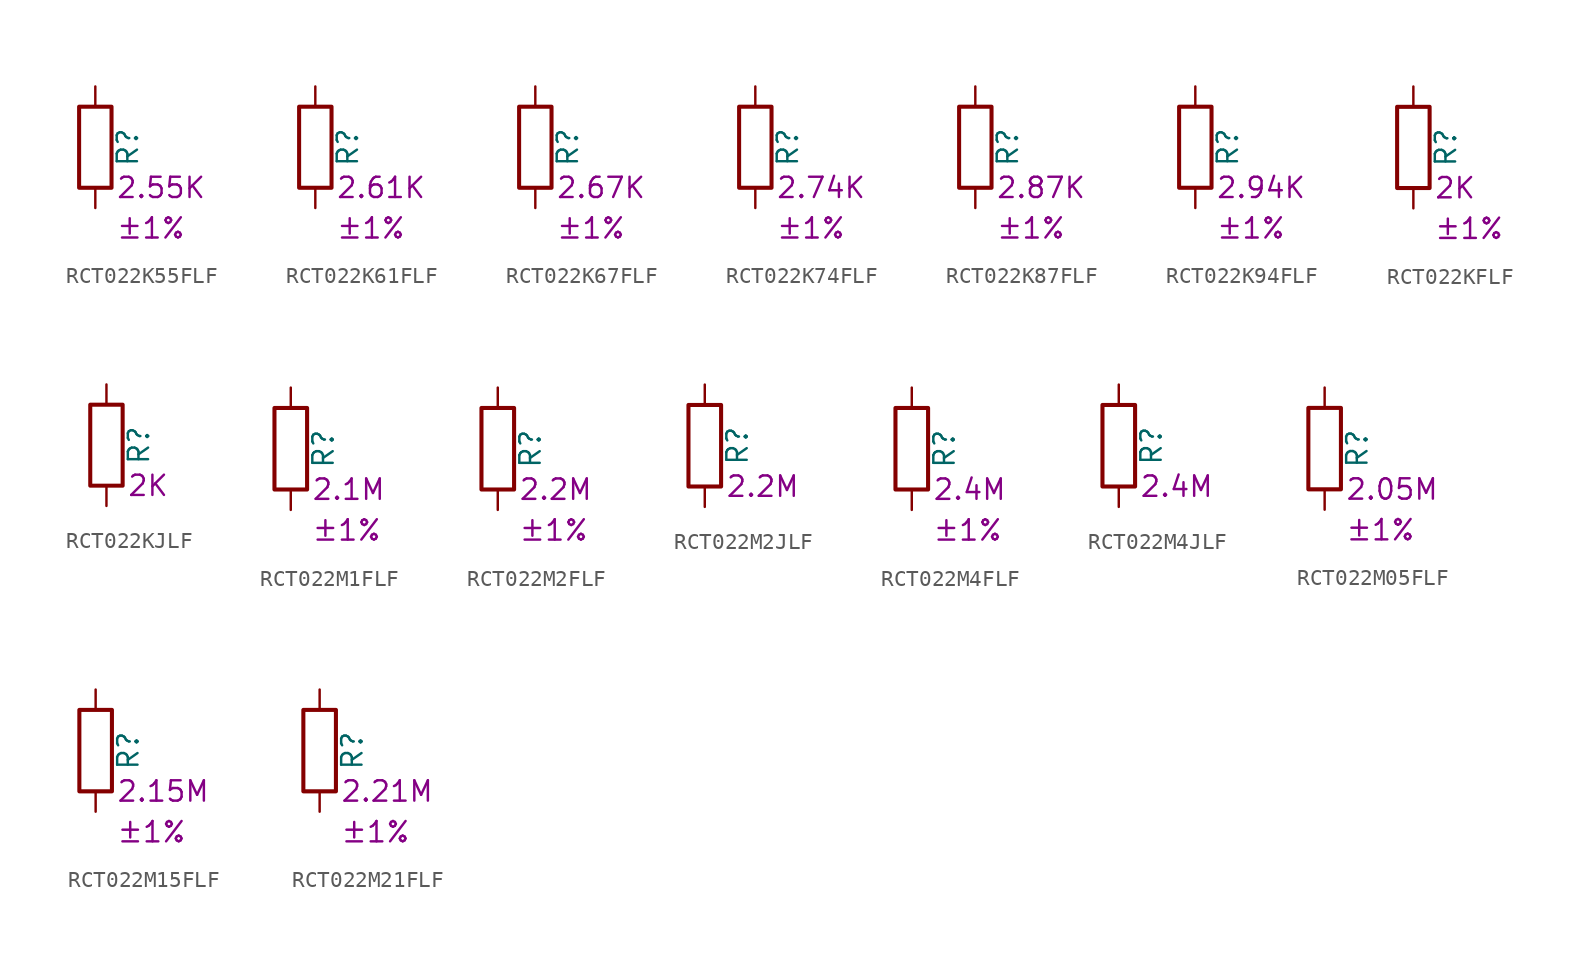
<source format=kicad_sym>
(kicad_symbol_lib
  (version 20220914)
  (generator kicad_symbol_editor)
  (symbol "RCT022K55FLF"
    (pin_numbers hide)
    (pin_names
      (offset 0))
    (property "Reference" "R"
      (at 2.032 0 90)
      (effects (font (size 1.27 1.27))))
    (property "Resistance" "2.55K"
      (at 1.27 -2.54 0)
      (effects (font (size 1.27 1.27)) (justify left)))
    (property "Tolerance" "±1%"
      (at 1.27 -5.08 0)
      (effects (font (size 1.27 1.27)) (justify left)))
    (symbol "RCT022K55FLF_0_1"
      (rectangle (start -1.016 -2.54) (end 1.016 2.54) (stroke (width 0.254) (type default)) (fill (type none))))
    (symbol "RCT022K55FLF_1_1"
      (pin passive line (at 0 3.81 270) (length 1.27) (name "~" (effects (font (size 1.27 1.27)))) (number "1" (effects (font (size 1.27 1.27)))))
      (pin passive line (at 0 -3.81 90) (length 1.27) (name "~" (effects (font (size 1.27 1.27)))) (number "2" (effects (font (size 1.27 1.27)))))))
  (symbol "RCT022K61FLF"
    (pin_numbers hide)
    (pin_names
      (offset 0))
    (property "Reference" "R"
      (at 2.032 0 90)
      (effects (font (size 1.27 1.27))))
    (property "Resistance" "2.61K"
      (at 1.27 -2.54 0)
      (effects (font (size 1.27 1.27)) (justify left)))
    (property "Tolerance" "±1%"
      (at 1.27 -5.08 0)
      (effects (font (size 1.27 1.27)) (justify left)))
    (symbol "RCT022K61FLF_0_1"
      (rectangle (start -1.016 -2.54) (end 1.016 2.54) (stroke (width 0.254) (type default)) (fill (type none))))
    (symbol "RCT022K61FLF_1_1"
      (pin passive line (at 0 3.81 270) (length 1.27) (name "~" (effects (font (size 1.27 1.27)))) (number "1" (effects (font (size 1.27 1.27)))))
      (pin passive line (at 0 -3.81 90) (length 1.27) (name "~" (effects (font (size 1.27 1.27)))) (number "2" (effects (font (size 1.27 1.27)))))))
  (symbol "RCT022K67FLF"
    (pin_numbers hide)
    (pin_names
      (offset 0))
    (property "Reference" "R"
      (at 2.032 0 90)
      (effects (font (size 1.27 1.27))))
    (property "Resistance" "2.67K"
      (at 1.27 -2.54 0)
      (effects (font (size 1.27 1.27)) (justify left)))
    (property "Tolerance" "±1%"
      (at 1.27 -5.08 0)
      (effects (font (size 1.27 1.27)) (justify left)))
    (symbol "RCT022K67FLF_0_1"
      (rectangle (start -1.016 -2.54) (end 1.016 2.54) (stroke (width 0.254) (type default)) (fill (type none))))
    (symbol "RCT022K67FLF_1_1"
      (pin passive line (at 0 3.81 270) (length 1.27) (name "~" (effects (font (size 1.27 1.27)))) (number "1" (effects (font (size 1.27 1.27)))))
      (pin passive line (at 0 -3.81 90) (length 1.27) (name "~" (effects (font (size 1.27 1.27)))) (number "2" (effects (font (size 1.27 1.27)))))))
  (symbol "RCT022K74FLF"
    (pin_numbers hide)
    (pin_names
      (offset 0))
    (property "Reference" "R"
      (at 2.032 0 90)
      (effects (font (size 1.27 1.27))))
    (property "Resistance" "2.74K"
      (at 1.27 -2.54 0)
      (effects (font (size 1.27 1.27)) (justify left)))
    (property "Tolerance" "±1%"
      (at 1.27 -5.08 0)
      (effects (font (size 1.27 1.27)) (justify left)))
    (symbol "RCT022K74FLF_0_1"
      (rectangle (start -1.016 -2.54) (end 1.016 2.54) (stroke (width 0.254) (type default)) (fill (type none))))
    (symbol "RCT022K74FLF_1_1"
      (pin passive line (at 0 3.81 270) (length 1.27) (name "~" (effects (font (size 1.27 1.27)))) (number "1" (effects (font (size 1.27 1.27)))))
      (pin passive line (at 0 -3.81 90) (length 1.27) (name "~" (effects (font (size 1.27 1.27)))) (number "2" (effects (font (size 1.27 1.27)))))))
  (symbol "RCT022K87FLF"
    (pin_numbers hide)
    (pin_names
      (offset 0))
    (property "Reference" "R"
      (at 2.032 0 90)
      (effects (font (size 1.27 1.27))))
    (property "Resistance" "2.87K"
      (at 1.27 -2.54 0)
      (effects (font (size 1.27 1.27)) (justify left)))
    (property "Tolerance" "±1%"
      (at 1.27 -5.08 0)
      (effects (font (size 1.27 1.27)) (justify left)))
    (symbol "RCT022K87FLF_0_1"
      (rectangle (start -1.016 -2.54) (end 1.016 2.54) (stroke (width 0.254) (type default)) (fill (type none))))
    (symbol "RCT022K87FLF_1_1"
      (pin passive line (at 0 3.81 270) (length 1.27) (name "~" (effects (font (size 1.27 1.27)))) (number "1" (effects (font (size 1.27 1.27)))))
      (pin passive line (at 0 -3.81 90) (length 1.27) (name "~" (effects (font (size 1.27 1.27)))) (number "2" (effects (font (size 1.27 1.27)))))))
  (symbol "RCT022K94FLF"
    (pin_numbers hide)
    (pin_names
      (offset 0))
    (property "Reference" "R"
      (at 2.032 0 90)
      (effects (font (size 1.27 1.27))))
    (property "Resistance" "2.94K"
      (at 1.27 -2.54 0)
      (effects (font (size 1.27 1.27)) (justify left)))
    (property "Tolerance" "±1%"
      (at 1.27 -5.08 0)
      (effects (font (size 1.27 1.27)) (justify left)))
    (symbol "RCT022K94FLF_0_1"
      (rectangle (start -1.016 -2.54) (end 1.016 2.54) (stroke (width 0.254) (type default)) (fill (type none))))
    (symbol "RCT022K94FLF_1_1"
      (pin passive line (at 0 3.81 270) (length 1.27) (name "~" (effects (font (size 1.27 1.27)))) (number "1" (effects (font (size 1.27 1.27)))))
      (pin passive line (at 0 -3.81 90) (length 1.27) (name "~" (effects (font (size 1.27 1.27)))) (number "2" (effects (font (size 1.27 1.27)))))))
  (symbol "RCT022KFLF"
    (pin_numbers hide)
    (pin_names
      (offset 0))
    (property "Reference" "R"
      (at 2.032 0 90)
      (effects (font (size 1.27 1.27))))
    (property "Resistance" "2K"
      (at 1.27 -2.54 0)
      (effects (font (size 1.27 1.27)) (justify left)))
    (property "Tolerance" "±1%"
      (at 1.27 -5.08 0)
      (effects (font (size 1.27 1.27)) (justify left)))
    (symbol "RCT022KFLF_0_1"
      (rectangle (start -1.016 -2.54) (end 1.016 2.54) (stroke (width 0.254) (type default)) (fill (type none))))
    (symbol "RCT022KFLF_1_1"
      (pin passive line (at 0 3.81 270) (length 1.27) (name "~" (effects (font (size 1.27 1.27)))) (number "1" (effects (font (size 1.27 1.27)))))
      (pin passive line (at 0 -3.81 90) (length 1.27) (name "~" (effects (font (size 1.27 1.27)))) (number "2" (effects (font (size 1.27 1.27)))))))
  (symbol "RCT022KJLF"
    (pin_numbers hide)
    (pin_names
      (offset 0))
    (property "Reference" "R"
      (at 2.032 0 90)
      (effects (font (size 1.27 1.27))))
    (property "Resistance" "2K"
      (at 1.27 -2.54 0)
      (effects (font (size 1.27 1.27)) (justify left)))
    (symbol "RCT022KJLF_0_1"
      (rectangle (start -1.016 -2.54) (end 1.016 2.54) (stroke (width 0.254) (type default)) (fill (type none))))
    (symbol "RCT022KJLF_1_1"
      (pin passive line (at 0 3.81 270) (length 1.27) (name "~" (effects (font (size 1.27 1.27)))) (number "1" (effects (font (size 1.27 1.27)))))
      (pin passive line (at 0 -3.81 90) (length 1.27) (name "~" (effects (font (size 1.27 1.27)))) (number "2" (effects (font (size 1.27 1.27)))))))
  (symbol "RCT022M1FLF"
    (pin_numbers hide)
    (pin_names
      (offset 0))
    (property "Reference" "R"
      (at 2.032 0 90)
      (effects (font (size 1.27 1.27))))
    (property "Resistance" "2.1M"
      (at 1.27 -2.54 0)
      (effects (font (size 1.27 1.27)) (justify left)))
    (property "Tolerance" "±1%"
      (at 1.27 -5.08 0)
      (effects (font (size 1.27 1.27)) (justify left)))
    (symbol "RCT022M1FLF_0_1"
      (rectangle (start -1.016 -2.54) (end 1.016 2.54) (stroke (width 0.254) (type default)) (fill (type none))))
    (symbol "RCT022M1FLF_1_1"
      (pin passive line (at 0 3.81 270) (length 1.27) (name "~" (effects (font (size 1.27 1.27)))) (number "1" (effects (font (size 1.27 1.27)))))
      (pin passive line (at 0 -3.81 90) (length 1.27) (name "~" (effects (font (size 1.27 1.27)))) (number "2" (effects (font (size 1.27 1.27)))))))
  (symbol "RCT022M2FLF"
    (pin_numbers hide)
    (pin_names
      (offset 0))
    (property "Reference" "R"
      (at 2.032 0 90)
      (effects (font (size 1.27 1.27))))
    (property "Resistance" "2.2M"
      (at 1.27 -2.54 0)
      (effects (font (size 1.27 1.27)) (justify left)))
    (property "Tolerance" "±1%"
      (at 1.27 -5.08 0)
      (effects (font (size 1.27 1.27)) (justify left)))
    (symbol "RCT022M2FLF_0_1"
      (rectangle (start -1.016 -2.54) (end 1.016 2.54) (stroke (width 0.254) (type default)) (fill (type none))))
    (symbol "RCT022M2FLF_1_1"
      (pin passive line (at 0 3.81 270) (length 1.27) (name "~" (effects (font (size 1.27 1.27)))) (number "1" (effects (font (size 1.27 1.27)))))
      (pin passive line (at 0 -3.81 90) (length 1.27) (name "~" (effects (font (size 1.27 1.27)))) (number "2" (effects (font (size 1.27 1.27)))))))
  (symbol "RCT022M2JLF"
    (pin_numbers hide)
    (pin_names
      (offset 0))
    (property "Reference" "R"
      (at 2.032 0 90)
      (effects (font (size 1.27 1.27))))
    (property "Resistance" "2.2M"
      (at 1.27 -2.54 0)
      (effects (font (size 1.27 1.27)) (justify left)))
    (symbol "RCT022M2JLF_0_1"
      (rectangle (start -1.016 -2.54) (end 1.016 2.54) (stroke (width 0.254) (type default)) (fill (type none))))
    (symbol "RCT022M2JLF_1_1"
      (pin passive line (at 0 3.81 270) (length 1.27) (name "~" (effects (font (size 1.27 1.27)))) (number "1" (effects (font (size 1.27 1.27)))))
      (pin passive line (at 0 -3.81 90) (length 1.27) (name "~" (effects (font (size 1.27 1.27)))) (number "2" (effects (font (size 1.27 1.27)))))))
  (symbol "RCT022M4FLF"
    (pin_numbers hide)
    (pin_names
      (offset 0))
    (property "Reference" "R"
      (at 2.032 0 90)
      (effects (font (size 1.27 1.27))))
    (property "Resistance" "2.4M"
      (at 1.27 -2.54 0)
      (effects (font (size 1.27 1.27)) (justify left)))
    (property "Tolerance" "±1%"
      (at 1.27 -5.08 0)
      (effects (font (size 1.27 1.27)) (justify left)))
    (symbol "RCT022M4FLF_0_1"
      (rectangle (start -1.016 -2.54) (end 1.016 2.54) (stroke (width 0.254) (type default)) (fill (type none))))
    (symbol "RCT022M4FLF_1_1"
      (pin passive line (at 0 3.81 270) (length 1.27) (name "~" (effects (font (size 1.27 1.27)))) (number "1" (effects (font (size 1.27 1.27)))))
      (pin passive line (at 0 -3.81 90) (length 1.27) (name "~" (effects (font (size 1.27 1.27)))) (number "2" (effects (font (size 1.27 1.27)))))))
  (symbol "RCT022M4JLF"
    (pin_numbers hide)
    (pin_names
      (offset 0))
    (property "Reference" "R"
      (at 2.032 0 90)
      (effects (font (size 1.27 1.27))))
    (property "Resistance" "2.4M"
      (at 1.27 -2.54 0)
      (effects (font (size 1.27 1.27)) (justify left)))
    (symbol "RCT022M4JLF_0_1"
      (rectangle (start -1.016 -2.54) (end 1.016 2.54) (stroke (width 0.254) (type default)) (fill (type none))))
    (symbol "RCT022M4JLF_1_1"
      (pin passive line (at 0 3.81 270) (length 1.27) (name "~" (effects (font (size 1.27 1.27)))) (number "1" (effects (font (size 1.27 1.27)))))
      (pin passive line (at 0 -3.81 90) (length 1.27) (name "~" (effects (font (size 1.27 1.27)))) (number "2" (effects (font (size 1.27 1.27)))))))
  (symbol "RCT022M05FLF"
    (pin_numbers hide)
    (pin_names
      (offset 0))
    (property "Reference" "R"
      (at 2.032 0 90)
      (effects (font (size 1.27 1.27))))
    (property "Resistance" "2.05M"
      (at 1.27 -2.54 0)
      (effects (font (size 1.27 1.27)) (justify left)))
    (property "Tolerance" "±1%"
      (at 1.27 -5.08 0)
      (effects (font (size 1.27 1.27)) (justify left)))
    (symbol "RCT022M05FLF_0_1"
      (rectangle (start -1.016 -2.54) (end 1.016 2.54) (stroke (width 0.254) (type default)) (fill (type none))))
    (symbol "RCT022M05FLF_1_1"
      (pin passive line (at 0 3.81 270) (length 1.27) (name "~" (effects (font (size 1.27 1.27)))) (number "1" (effects (font (size 1.27 1.27)))))
      (pin passive line (at 0 -3.81 90) (length 1.27) (name "~" (effects (font (size 1.27 1.27)))) (number "2" (effects (font (size 1.27 1.27)))))))
  (symbol "RCT022M15FLF"
    (pin_numbers hide)
    (pin_names
      (offset 0))
    (property "Reference" "R"
      (at 2.032 0 90)
      (effects (font (size 1.27 1.27))))
    (property "Resistance" "2.15M"
      (at 1.27 -2.54 0)
      (effects (font (size 1.27 1.27)) (justify left)))
    (property "Tolerance" "±1%"
      (at 1.27 -5.08 0)
      (effects (font (size 1.27 1.27)) (justify left)))
    (symbol "RCT022M15FLF_0_1"
      (rectangle (start -1.016 -2.54) (end 1.016 2.54) (stroke (width 0.254) (type default)) (fill (type none))))
    (symbol "RCT022M15FLF_1_1"
      (pin passive line (at 0 3.81 270) (length 1.27) (name "~" (effects (font (size 1.27 1.27)))) (number "1" (effects (font (size 1.27 1.27)))))
      (pin passive line (at 0 -3.81 90) (length 1.27) (name "~" (effects (font (size 1.27 1.27)))) (number "2" (effects (font (size 1.27 1.27)))))))
  (symbol "RCT022M21FLF"
    (pin_numbers hide)
    (pin_names
      (offset 0))
    (property "Reference" "R"
      (at 2.032 0 90)
      (effects (font (size 1.27 1.27))))
    (property "Resistance" "2.21M"
      (at 1.27 -2.54 0)
      (effects (font (size 1.27 1.27)) (justify left)))
    (property "Tolerance" "±1%"
      (at 1.27 -5.08 0)
      (effects (font (size 1.27 1.27)) (justify left)))
    (symbol "RCT022M21FLF_0_1"
      (rectangle (start -1.016 -2.54) (end 1.016 2.54) (stroke (width 0.254) (type default)) (fill (type none))))
    (symbol "RCT022M21FLF_1_1"
      (pin passive line (at 0 3.81 270) (length 1.27) (name "~" (effects (font (size 1.27 1.27)))) (number "1" (effects (font (size 1.27 1.27)))))
      (pin passive line (at 0 -3.81 90) (length 1.27) (name "~" (effects (font (size 1.27 1.27)))) (number "2" (effects (font (size 1.27 1.27))))))))
</source>
